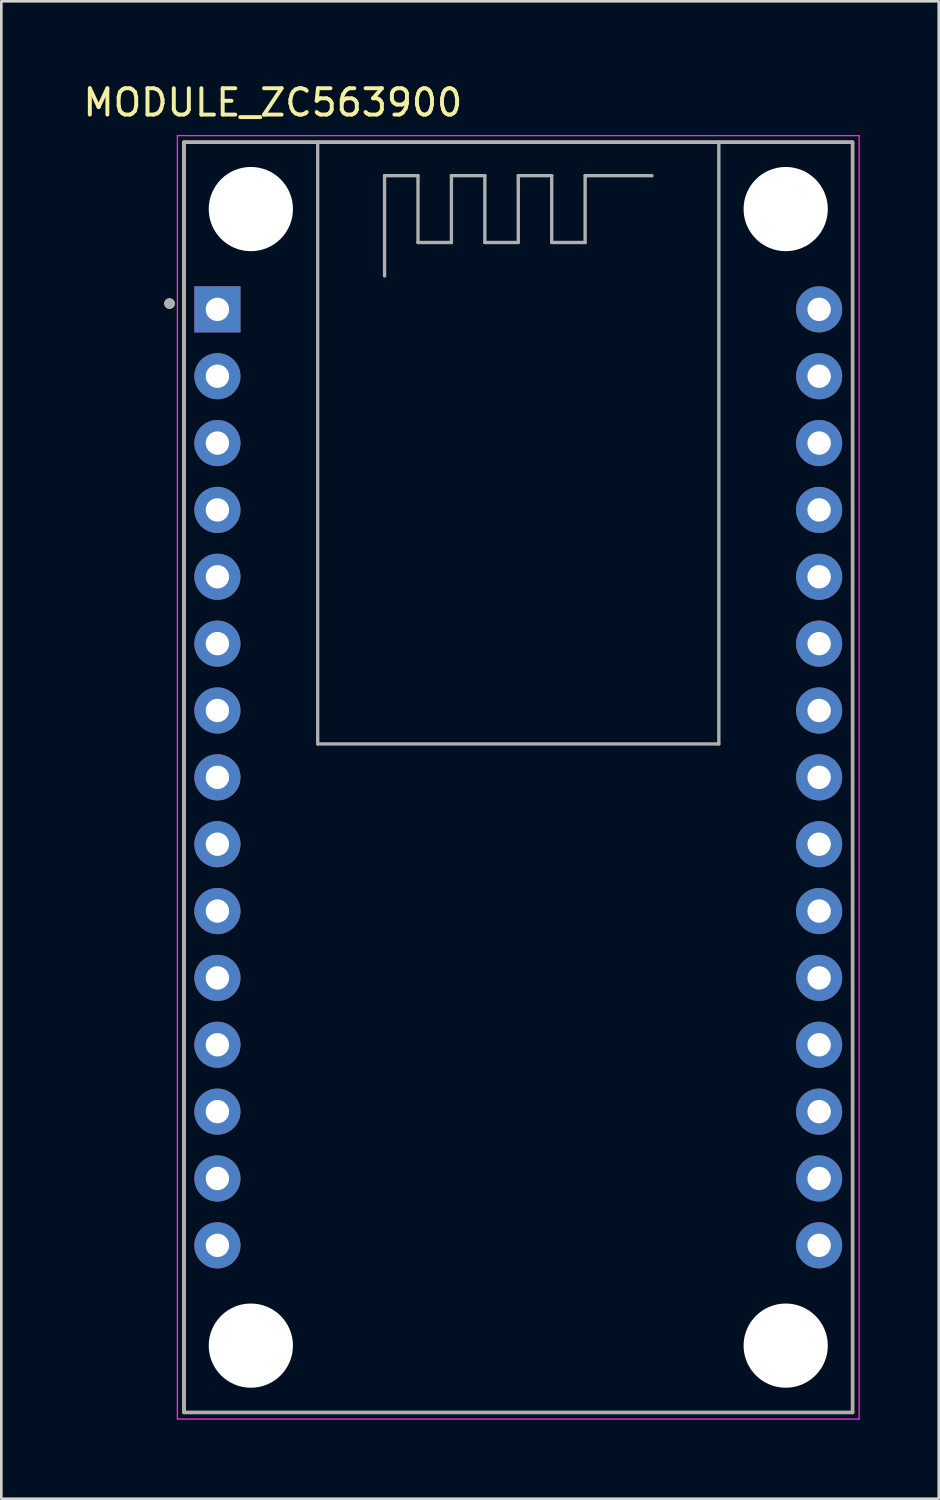
<source format=kicad_pcb>
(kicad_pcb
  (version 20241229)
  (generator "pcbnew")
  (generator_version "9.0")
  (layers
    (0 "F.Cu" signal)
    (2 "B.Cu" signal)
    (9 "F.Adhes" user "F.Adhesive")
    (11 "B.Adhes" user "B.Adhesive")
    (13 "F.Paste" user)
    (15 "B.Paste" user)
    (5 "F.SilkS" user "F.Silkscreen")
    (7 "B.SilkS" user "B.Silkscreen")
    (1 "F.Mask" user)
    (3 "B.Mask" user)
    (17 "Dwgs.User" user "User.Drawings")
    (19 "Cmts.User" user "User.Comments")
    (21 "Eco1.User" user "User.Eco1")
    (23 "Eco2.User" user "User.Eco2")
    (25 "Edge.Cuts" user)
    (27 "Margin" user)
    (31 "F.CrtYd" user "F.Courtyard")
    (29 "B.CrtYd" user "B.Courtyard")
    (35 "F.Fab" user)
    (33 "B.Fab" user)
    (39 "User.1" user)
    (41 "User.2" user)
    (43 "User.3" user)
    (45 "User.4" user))
  (footprint "MODULE_ZC563900"
    (layer "F.Cu")
    (at 16.64 26.483)
    (property "Reference" "MODULE_ZC563900" (at -9.325 -25.635 0) (layer "F.SilkS") (effects (font (size 1 1) (thickness 0.15))))
    (attr through_hole)
    (fp_line (start -12.7 -24.13) (end 12.7 -24.13) (stroke (width 0.127) (type solid)) (layer "F.SilkS"))
    (fp_line (start -12.7 24.13) (end -12.7 -24.13) (stroke (width 0.127) (type solid)) (layer "F.SilkS"))
    (fp_line (start -12.7 24.13) (end 12.7 24.13) (stroke (width 0.127) (type solid)) (layer "F.SilkS"))
    (fp_line (start 12.7 -24.13) (end 12.7 24.13) (stroke (width 0.127) (type solid)) (layer "F.SilkS"))
    (fp_circle (center -13.25 -18) (end -13.15 -18) (stroke (width 0.2) (type solid)) (fill no) (layer "F.SilkS"))
    (fp_line (start -12.95 -24.38) (end 12.95 -24.38) (stroke (width 0.05) (type solid)) (layer "F.CrtYd"))
    (fp_line (start -12.95 24.38) (end -12.95 -24.38) (stroke (width 0.05) (type solid)) (layer "F.CrtYd"))
    (fp_line (start 12.95 -24.38) (end 12.95 24.38) (stroke (width 0.05) (type solid)) (layer "F.CrtYd"))
    (fp_line (start 12.95 24.38) (end -12.95 24.38) (stroke (width 0.05) (type solid)) (layer "F.CrtYd"))
    (fp_line (start -12.7 -24.13) (end -7.62 -24.13) (stroke (width 0.127) (type solid)) (layer "F.Fab"))
    (fp_line (start -12.7 24.13) (end -12.7 -24.13) (stroke (width 0.127) (type solid)) (layer "F.Fab"))
    (fp_line (start -12.7 24.13) (end 12.7 24.13) (stroke (width 0.127) (type solid)) (layer "F.Fab"))
    (fp_line (start -7.62 -24.13) (end -7.62 -1.27) (stroke (width 0.127) (type solid)) (layer "F.Fab"))
    (fp_line (start -7.62 -24.13) (end 7.62 -24.13) (stroke (width 0.127) (type solid)) (layer "F.Fab"))
    (fp_line (start -7.62 -1.27) (end 7.62 -1.27) (stroke (width 0.127) (type solid)) (layer "F.Fab"))
    (fp_line (start -5.08 -22.86) (end -3.81 -22.86) (stroke (width 0.127) (type solid)) (layer "F.Fab"))
    (fp_line (start -5.08 -19.05) (end -5.08 -22.86) (stroke (width 0.127) (type solid)) (layer "F.Fab"))
    (fp_line (start -3.81 -22.86) (end -3.81 -20.32) (stroke (width 0.127) (type solid)) (layer "F.Fab"))
    (fp_line (start -3.81 -20.32) (end -2.54 -20.32) (stroke (width 0.127) (type solid)) (layer "F.Fab"))
    (fp_line (start -2.54 -22.86) (end -1.27 -22.86) (stroke (width 0.127) (type solid)) (layer "F.Fab"))
    (fp_line (start -2.54 -20.32) (end -2.54 -22.86) (stroke (width 0.127) (type solid)) (layer "F.Fab"))
    (fp_line (start -1.27 -22.86) (end -1.27 -20.32) (stroke (width 0.127) (type solid)) (layer "F.Fab"))
    (fp_line (start -1.27 -20.32) (end 0 -20.32) (stroke (width 0.127) (type solid)) (layer "F.Fab"))
    (fp_line (start 0 -22.86) (end 1.27 -22.86) (stroke (width 0.127) (type solid)) (layer "F.Fab"))
    (fp_line (start 0 -20.32) (end 0 -22.86) (stroke (width 0.127) (type solid)) (layer "F.Fab"))
    (fp_line (start 1.27 -22.86) (end 1.27 -20.32) (stroke (width 0.127) (type solid)) (layer "F.Fab"))
    (fp_line (start 1.27 -20.32) (end 2.54 -20.32) (stroke (width 0.127) (type solid)) (layer "F.Fab"))
    (fp_line (start 2.54 -22.86) (end 5.08 -22.86) (stroke (width 0.127) (type solid)) (layer "F.Fab"))
    (fp_line (start 2.54 -20.32) (end 2.54 -22.86) (stroke (width 0.127) (type solid)) (layer "F.Fab"))
    (fp_line (start 7.62 -24.13) (end 12.7 -24.13) (stroke (width 0.127) (type solid)) (layer "F.Fab"))
    (fp_line (start 7.62 -1.27) (end 7.62 -24.13) (stroke (width 0.127) (type solid)) (layer "F.Fab"))
    (fp_line (start 12.7 -24.13) (end 12.7 24.13) (stroke (width 0.127) (type solid)) (layer "F.Fab"))
    (fp_circle (center -13.25 -18) (end -13.15 -18) (stroke (width 0.2) (type solid)) (fill no) (layer "F.Fab"))
    (pad "" np_thru_hole circle (at -10.16 -21.59) (size 3.2 3.2) (drill 3.2) (layers "*.Cu" "*.Mask"))
    (pad "" np_thru_hole circle (at -10.16 21.59) (size 3.2 3.2) (drill 3.2) (layers "*.Cu" "*.Mask"))
    (pad "" np_thru_hole circle (at 10.16 -21.59) (size 3.2 3.2) (drill 3.2) (layers "*.Cu" "*.Mask"))
    (pad "" np_thru_hole circle (at 10.16 21.59) (size 3.2 3.2) (drill 3.2) (layers "*.Cu" "*.Mask"))
    (pad "1" thru_hole rect (at -11.43 -17.78) (size 1.753 1.753) (drill 0.889) (layers "*.Cu" "*.Mask"))
    (pad "2" thru_hole circle (at -11.43 -15.24) (size 1.753 1.753) (drill 0.889) (layers "*.Cu" "*.Mask"))
    (pad "3" thru_hole circle (at -11.43 -12.7) (size 1.753 1.753) (drill 0.889) (layers "*.Cu" "*.Mask"))
    (pad "4" thru_hole circle (at -11.43 -10.16) (size 1.753 1.753) (drill 0.889) (layers "*.Cu" "*.Mask"))
    (pad "5" thru_hole circle (at -11.43 -7.62) (size 1.753 1.753) (drill 0.889) (layers "*.Cu" "*.Mask"))
    (pad "6" thru_hole circle (at -11.43 -5.08) (size 1.753 1.753) (drill 0.889) (layers "*.Cu" "*.Mask"))
    (pad "7" thru_hole circle (at -11.43 -2.54) (size 1.753 1.753) (drill 0.889) (layers "*.Cu" "*.Mask"))
    (pad "8" thru_hole circle (at -11.43 0) (size 1.753 1.753) (drill 0.889) (layers "*.Cu" "*.Mask"))
    (pad "9" thru_hole circle (at -11.43 2.54) (size 1.753 1.753) (drill 0.889) (layers "*.Cu" "*.Mask"))
    (pad "10" thru_hole circle (at -11.43 5.08) (size 1.753 1.753) (drill 0.889) (layers "*.Cu" "*.Mask"))
    (pad "11" thru_hole circle (at -11.43 7.62) (size 1.753 1.753) (drill 0.889) (layers "*.Cu" "*.Mask"))
    (pad "12" thru_hole circle (at -11.43 10.16) (size 1.753 1.753) (drill 0.889) (layers "*.Cu" "*.Mask"))
    (pad "13" thru_hole circle (at -11.43 12.7) (size 1.753 1.753) (drill 0.889) (layers "*.Cu" "*.Mask"))
    (pad "14" thru_hole circle (at -11.43 15.24) (size 1.753 1.753) (drill 0.889) (layers "*.Cu" "*.Mask"))
    (pad "15" thru_hole circle (at -11.43 17.78) (size 1.753 1.753) (drill 0.889) (layers "*.Cu" "*.Mask"))
    (pad "16" thru_hole circle (at 11.43 17.78) (size 1.753 1.753) (drill 0.889) (layers "*.Cu" "*.Mask"))
    (pad "17" thru_hole circle (at 11.43 15.24) (size 1.753 1.753) (drill 0.889) (layers "*.Cu" "*.Mask"))
    (pad "18" thru_hole circle (at 11.43 12.7) (size 1.753 1.753) (drill 0.889) (layers "*.Cu" "*.Mask"))
    (pad "19" thru_hole circle (at 11.43 10.16) (size 1.753 1.753) (drill 0.889) (layers "*.Cu" "*.Mask"))
    (pad "20" thru_hole circle (at 11.43 7.62) (size 1.753 1.753) (drill 0.889) (layers "*.Cu" "*.Mask"))
    (pad "21" thru_hole circle (at 11.43 5.08) (size 1.753 1.753) (drill 0.889) (layers "*.Cu" "*.Mask"))
    (pad "22" thru_hole circle (at 11.43 2.54) (size 1.753 1.753) (drill 0.889) (layers "*.Cu" "*.Mask"))
    (pad "23" thru_hole circle (at 11.43 0) (size 1.753 1.753) (drill 0.889) (layers "*.Cu" "*.Mask"))
    (pad "24" thru_hole circle (at 11.43 -2.54) (size 1.753 1.753) (drill 0.889) (layers "*.Cu" "*.Mask"))
    (pad "25" thru_hole circle (at 11.43 -5.08) (size 1.753 1.753) (drill 0.889) (layers "*.Cu" "*.Mask"))
    (pad "26" thru_hole circle (at 11.43 -7.62) (size 1.753 1.753) (drill 0.889) (layers "*.Cu" "*.Mask"))
    (pad "27" thru_hole circle (at 11.43 -10.16) (size 1.753 1.753) (drill 0.889) (layers "*.Cu" "*.Mask"))
    (pad "28" thru_hole circle (at 11.43 -12.7) (size 1.753 1.753) (drill 0.889) (layers "*.Cu" "*.Mask"))
    (pad "29" thru_hole circle (at 11.43 -15.24) (size 1.753 1.753) (drill 0.889) (layers "*.Cu" "*.Mask"))
    (pad "30" thru_hole circle (at 11.43 -17.78) (size 1.753 1.753) (drill 0.889) (layers "*.Cu" "*.Mask")))
  (gr_rect
    (start -3 -3)
    (end 32.615 53.888)
    (stroke (width 0.1) (type default))
    (fill no)
    (layer "Edge.Cuts")))
</source>
